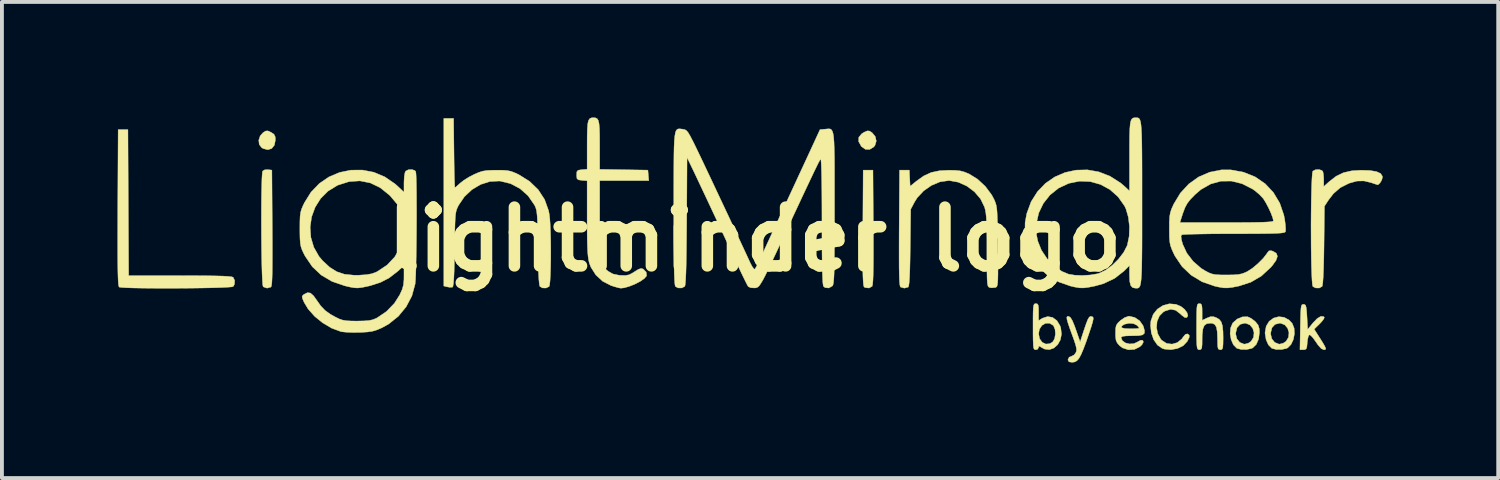
<source format=kicad_pcb>
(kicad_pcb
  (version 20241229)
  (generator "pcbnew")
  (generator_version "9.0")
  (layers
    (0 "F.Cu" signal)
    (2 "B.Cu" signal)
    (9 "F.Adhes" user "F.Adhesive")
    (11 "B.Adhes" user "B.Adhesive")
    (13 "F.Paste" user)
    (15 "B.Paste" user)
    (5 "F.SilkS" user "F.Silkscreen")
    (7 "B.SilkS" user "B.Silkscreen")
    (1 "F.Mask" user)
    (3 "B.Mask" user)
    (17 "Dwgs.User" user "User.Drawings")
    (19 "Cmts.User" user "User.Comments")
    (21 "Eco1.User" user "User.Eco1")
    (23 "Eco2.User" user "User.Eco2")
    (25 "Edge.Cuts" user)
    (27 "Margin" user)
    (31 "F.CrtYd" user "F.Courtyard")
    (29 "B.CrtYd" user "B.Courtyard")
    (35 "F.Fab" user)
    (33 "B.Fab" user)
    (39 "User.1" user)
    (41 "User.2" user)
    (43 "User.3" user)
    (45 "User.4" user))
  (footprint "lightminder logo"
    (layer "F.Cu")
    (at 16.545 3.162)
    (property "Reference" "lightminder logo" (at 0 0 0) (layer "F.SilkS") (effects (font (size 1.524 1.524) (thickness 0.3))))
    (attr through_hole)
    (fp_poly (pts (xy 2.978 -2.81) (xy 3.044 -2.767) (xy 3.126 -2.668) (xy 3.152 -2.551) (xy 3.119 -2.439) (xy 3.086 -2.397) (xy 2.979 -2.332) (xy 2.869 -2.336) (xy 2.768 -2.408) (xy 2.76 -2.418) (xy 2.694 -2.54) (xy 2.698 -2.648) (xy 2.774 -2.74) (xy 2.84 -2.781) (xy 2.92 -2.815) (xy 2.978 -2.81)) (stroke (width 0.01) (type solid)) (fill yes) (layer "F.SilkS"))
    (fp_poly (pts (xy -12.562 -2.779) (xy -12.56 -2.778) (xy -12.483 -2.727) (xy -12.451 -2.66) (xy -12.446 -2.581) (xy -12.472 -2.444) (xy -12.542 -2.357) (xy -12.643 -2.325) (xy -12.763 -2.356) (xy -12.803 -2.38) (xy -12.866 -2.463) (xy -12.878 -2.573) (xy -12.841 -2.684) (xy -12.768 -2.767) (xy -12.699 -2.811) (xy -12.642 -2.815) (xy -12.562 -2.779)) (stroke (width 0.01) (type solid)) (fill yes) (layer "F.SilkS"))
    (fp_poly (pts (xy 3.076 -0.313) (xy 3.078 0.093) (xy 3.078 0.431) (xy 3.076 0.703) (xy 3.072 0.914) (xy 3.066 1.067) (xy 3.057 1.167) (xy 3.047 1.216) (xy 3.044 1.22) (xy 2.965 1.265) (xy 2.867 1.254) (xy 2.839 1.24) (xy 2.827 1.218) (xy 2.818 1.163) (xy 2.811 1.072) (xy 2.805 0.937) (xy 2.802 0.754) (xy 2.8 0.517) (xy 2.8 0.221) (xy 2.802 -0.141) (xy 2.803 -0.293) (xy 2.812 -1.796) (xy 3.066 -1.796) (xy 3.076 -0.313)) (stroke (width 0.01) (type solid)) (fill yes) (layer "F.SilkS"))
    (fp_poly (pts (xy -12.537 -1.796) (xy -12.527 -0.293) (xy -12.525 0.094) (xy -12.525 0.414) (xy -12.526 0.673) (xy -12.528 0.875) (xy -12.533 1.027) (xy -12.539 1.134) (xy -12.548 1.201) (xy -12.559 1.235) (xy -12.564 1.24) (xy -12.662 1.268) (xy -12.753 1.237) (xy -12.765 1.226) (xy -12.775 1.182) (xy -12.783 1.074) (xy -12.791 0.912) (xy -12.797 0.706) (xy -12.802 0.466) (xy -12.806 0.2) (xy -12.809 -0.081) (xy -12.81 -0.369) (xy -12.81 -0.654) (xy -12.809 -0.926) (xy -12.806 -1.176) (xy -12.801 -1.394) (xy -12.796 -1.571) (xy -12.788 -1.698) (xy -12.78 -1.765) (xy -12.777 -1.772) (xy -12.721 -1.804) (xy -12.642 -1.808) (xy -12.537 -1.796)) (stroke (width 0.01) (type solid)) (fill yes) (layer "F.SilkS"))
    (fp_poly (pts (xy 13.739 2.025) (xy 13.87 2.097) (xy 13.95 2.185) (xy 13.999 2.307) (xy 14.007 2.452) (xy 13.979 2.601) (xy 13.919 2.729) (xy 13.833 2.817) (xy 13.803 2.832) (xy 13.672 2.861) (xy 13.534 2.86) (xy 13.424 2.831) (xy 13.417 2.827) (xy 13.331 2.74) (xy 13.271 2.605) (xy 13.247 2.457) (xy 13.389 2.457) (xy 13.419 2.582) (xy 13.495 2.676) (xy 13.603 2.72) (xy 13.625 2.721) (xy 13.719 2.696) (xy 13.789 2.649) (xy 13.853 2.543) (xy 13.865 2.423) (xy 13.831 2.31) (xy 13.758 2.222) (xy 13.652 2.179) (xy 13.625 2.177) (xy 13.504 2.208) (xy 13.423 2.295) (xy 13.39 2.432) (xy 13.389 2.457) (xy 13.247 2.457) (xy 13.245 2.442) (xy 13.244 2.418) (xy 13.274 2.254) (xy 13.352 2.128) (xy 13.465 2.045) (xy 13.599 2.009) (xy 13.739 2.025)) (stroke (width 0.01) (type solid)) (fill yes) (layer "F.SilkS"))
    (fp_poly (pts (xy -16.255 0.943) (xy -14.92 0.943) (xy -14.546 0.944) (xy -14.238 0.946) (xy -13.994 0.95) (xy -13.807 0.955) (xy -13.674 0.963) (xy -13.588 0.972) (xy -13.546 0.984) (xy -13.542 0.987) (xy -13.503 1.07) (xy -13.509 1.168) (xy -13.542 1.226) (xy -13.587 1.236) (xy -13.694 1.244) (xy -13.855 1.252) (xy -14.061 1.258) (xy -14.3 1.263) (xy -14.565 1.267) (xy -14.845 1.27) (xy -15.131 1.271) (xy -15.413 1.271) (xy -15.683 1.27) (xy -15.929 1.267) (xy -16.143 1.263) (xy -16.316 1.257) (xy -16.437 1.25) (xy -16.498 1.241) (xy -16.501 1.24) (xy -16.511 1.219) (xy -16.52 1.168) (xy -16.527 1.081) (xy -16.532 0.955) (xy -16.536 0.783) (xy -16.539 0.562) (xy -16.54 0.287) (xy -16.54 -0.048) (xy -16.539 -0.446) (xy -16.538 -0.819) (xy -16.528 -2.848) (xy -16.274 -2.848) (xy -16.255 0.943)) (stroke (width 0.01) (type solid)) (fill yes) (layer "F.SilkS"))
    (fp_poly (pts (xy 12.795 2.012) (xy 12.884 2.053) (xy 12.979 2.125) (xy 12.995 2.14) (xy 13.065 2.226) (xy 13.094 2.322) (xy 13.099 2.412) (xy 13.077 2.588) (xy 13.016 2.729) (xy 12.924 2.819) (xy 12.895 2.832) (xy 12.765 2.861) (xy 12.627 2.86) (xy 12.517 2.831) (xy 12.509 2.827) (xy 12.422 2.738) (xy 12.364 2.605) (xy 12.339 2.457) (xy 12.482 2.457) (xy 12.512 2.582) (xy 12.588 2.676) (xy 12.696 2.72) (xy 12.718 2.721) (xy 12.812 2.696) (xy 12.881 2.649) (xy 12.946 2.543) (xy 12.958 2.423) (xy 12.924 2.31) (xy 12.85 2.222) (xy 12.745 2.179) (xy 12.718 2.177) (xy 12.597 2.208) (xy 12.516 2.295) (xy 12.483 2.432) (xy 12.482 2.457) (xy 12.339 2.457) (xy 12.338 2.452) (xy 12.35 2.301) (xy 12.402 2.178) (xy 12.408 2.169) (xy 12.52 2.07) (xy 12.656 2.014) (xy 12.788 2.01) (xy 12.795 2.012)) (stroke (width 0.01) (type solid)) (fill yes) (layer "F.SilkS"))
    (fp_poly (pts (xy 8.753 2.005) (xy 8.759 2.007) (xy 8.781 2.026) (xy 8.785 2.067) (xy 8.77 2.143) (xy 8.734 2.265) (xy 8.688 2.402) (xy 8.6 2.659) (xy 8.527 2.854) (xy 8.466 2.996) (xy 8.412 3.093) (xy 8.36 3.152) (xy 8.305 3.183) (xy 8.243 3.193) (xy 8.231 3.193) (xy 8.154 3.18) (xy 8.128 3.133) (xy 8.128 3.123) (xy 8.159 3.06) (xy 8.209 3.041) (xy 8.286 3.002) (xy 8.332 2.943) (xy 8.349 2.894) (xy 8.348 2.831) (xy 8.327 2.74) (xy 8.283 2.607) (xy 8.247 2.508) (xy 8.174 2.308) (xy 8.127 2.167) (xy 8.102 2.075) (xy 8.098 2.023) (xy 8.114 2.001) (xy 8.147 2.001) (xy 8.15 2.001) (xy 8.193 2.031) (xy 8.241 2.109) (xy 8.297 2.244) (xy 8.331 2.339) (xy 8.444 2.664) (xy 8.544 2.357) (xy 8.601 2.19) (xy 8.644 2.081) (xy 8.679 2.022) (xy 8.713 2) (xy 8.753 2.005)) (stroke (width 0.01) (type solid)) (fill yes) (layer "F.SilkS"))
    (fp_poly (pts (xy 10.931 1.688) (xy 11.059 1.742) (xy 11.155 1.818) (xy 11.219 1.904) (xy 11.241 1.98) (xy 11.214 2.031) (xy 11.156 2.028) (xy 11.072 1.962) (xy 11.048 1.938) (xy 10.924 1.842) (xy 10.795 1.816) (xy 10.652 1.86) (xy 10.606 1.885) (xy 10.503 1.988) (xy 10.442 2.129) (xy 10.427 2.291) (xy 10.458 2.451) (xy 10.536 2.592) (xy 10.562 2.621) (xy 10.688 2.702) (xy 10.83 2.721) (xy 10.968 2.681) (xy 11.084 2.586) (xy 11.117 2.538) (xy 11.178 2.466) (xy 11.232 2.455) (xy 11.276 2.488) (xy 11.275 2.546) (xy 11.228 2.644) (xy 11.223 2.652) (xy 11.12 2.761) (xy 10.972 2.834) (xy 10.802 2.866) (xy 10.632 2.85) (xy 10.574 2.831) (xy 10.451 2.745) (xy 10.354 2.606) (xy 10.292 2.431) (xy 10.271 2.237) (xy 10.28 2.12) (xy 10.341 1.948) (xy 10.45 1.812) (xy 10.595 1.718) (xy 10.76 1.674) (xy 10.931 1.688)) (stroke (width 0.01) (type solid)) (fill yes) (layer "F.SilkS"))
    (fp_poly (pts (xy 14.277 1.694) (xy 14.3 1.722) (xy 14.315 1.786) (xy 14.326 1.9) (xy 14.333 2.013) (xy 14.351 2.339) (xy 14.491 2.167) (xy 14.598 2.057) (xy 14.69 2.001) (xy 14.759 2.003) (xy 14.783 2.026) (xy 14.769 2.066) (xy 14.715 2.137) (xy 14.66 2.195) (xy 14.519 2.333) (xy 14.638 2.519) (xy 14.733 2.669) (xy 14.791 2.768) (xy 14.818 2.827) (xy 14.816 2.856) (xy 14.789 2.866) (xy 14.769 2.867) (xy 14.701 2.835) (xy 14.616 2.739) (xy 14.566 2.665) (xy 14.494 2.564) (xy 14.432 2.497) (xy 14.394 2.477) (xy 14.368 2.518) (xy 14.347 2.609) (xy 14.34 2.679) (xy 14.33 2.789) (xy 14.312 2.845) (xy 14.275 2.865) (xy 14.239 2.867) (xy 14.15 2.867) (xy 14.16 2.277) (xy 14.164 2.058) (xy 14.169 1.901) (xy 14.176 1.796) (xy 14.186 1.732) (xy 14.202 1.7) (xy 14.224 1.689) (xy 14.242 1.687) (xy 14.277 1.694)) (stroke (width 0.01) (type solid)) (fill yes) (layer "F.SilkS"))
    (fp_poly (pts (xy 11.579 1.677) (xy 11.601 1.712) (xy 11.61 1.791) (xy 11.611 1.886) (xy 11.611 2.103) (xy 11.736 2.044) (xy 11.832 2.007) (xy 11.91 2.01) (xy 11.975 2.032) (xy 12.053 2.077) (xy 12.106 2.144) (xy 12.138 2.245) (xy 12.153 2.395) (xy 12.156 2.561) (xy 12.154 2.71) (xy 12.148 2.801) (xy 12.133 2.848) (xy 12.107 2.865) (xy 12.083 2.867) (xy 12.046 2.86) (xy 12.024 2.831) (xy 12.014 2.764) (xy 12.011 2.645) (xy 12.011 2.592) (xy 12.004 2.407) (xy 11.983 2.284) (xy 11.941 2.212) (xy 11.876 2.181) (xy 11.83 2.177) (xy 11.732 2.19) (xy 11.667 2.237) (xy 11.63 2.328) (xy 11.613 2.475) (xy 11.611 2.579) (xy 11.61 2.723) (xy 11.603 2.809) (xy 11.586 2.851) (xy 11.557 2.866) (xy 11.539 2.867) (xy 11.512 2.863) (xy 11.493 2.846) (xy 11.48 2.806) (xy 11.472 2.731) (xy 11.468 2.612) (xy 11.466 2.439) (xy 11.466 2.268) (xy 11.467 2.047) (xy 11.469 1.888) (xy 11.474 1.782) (xy 11.483 1.717) (xy 11.497 1.683) (xy 11.518 1.671) (xy 11.539 1.669) (xy 11.579 1.677)) (stroke (width 0.01) (type solid)) (fill yes) (layer "F.SilkS"))
    (fp_poly (pts (xy 7.334 1.677) (xy 7.356 1.712) (xy 7.365 1.79) (xy 7.366 1.889) (xy 7.366 2.109) (xy 7.47 2.047) (xy 7.602 2.005) (xy 7.73 2.029) (xy 7.841 2.111) (xy 7.922 2.244) (xy 7.941 2.3) (xy 7.96 2.464) (xy 7.93 2.612) (xy 7.861 2.735) (xy 7.764 2.822) (xy 7.647 2.864) (xy 7.522 2.85) (xy 7.447 2.81) (xy 7.388 2.774) (xy 7.368 2.782) (xy 7.366 2.81) (xy 7.336 2.857) (xy 7.293 2.867) (xy 7.267 2.863) (xy 7.247 2.846) (xy 7.234 2.806) (xy 7.227 2.731) (xy 7.223 2.612) (xy 7.221 2.449) (xy 7.366 2.449) (xy 7.392 2.581) (xy 7.46 2.674) (xy 7.554 2.719) (xy 7.66 2.709) (xy 7.735 2.661) (xy 7.782 2.578) (xy 7.802 2.459) (xy 7.792 2.337) (xy 7.753 2.244) (xy 7.744 2.234) (xy 7.646 2.177) (xy 7.544 2.181) (xy 7.452 2.235) (xy 7.388 2.333) (xy 7.366 2.449) (xy 7.221 2.449) (xy 7.221 2.439) (xy 7.221 2.268) (xy 7.221 2.047) (xy 7.223 1.888) (xy 7.228 1.782) (xy 7.237 1.717) (xy 7.252 1.683) (xy 7.273 1.671) (xy 7.293 1.669) (xy 7.334 1.677)) (stroke (width 0.01) (type solid)) (fill yes) (layer "F.SilkS"))
    (fp_poly (pts (xy 9.861 2.029) (xy 9.99 2.117) (xy 10.077 2.241) (xy 10.087 2.267) (xy 10.116 2.373) (xy 10.111 2.442) (xy 10.063 2.482) (xy 9.962 2.5) (xy 9.799 2.504) (xy 9.798 2.504) (xy 9.645 2.507) (xy 9.553 2.518) (xy 9.512 2.538) (xy 9.507 2.553) (xy 9.539 2.632) (xy 9.619 2.689) (xy 9.727 2.716) (xy 9.84 2.708) (xy 9.926 2.668) (xy 10.017 2.619) (xy 10.072 2.624) (xy 10.085 2.668) (xy 10.049 2.737) (xy 9.992 2.791) (xy 9.852 2.859) (xy 9.696 2.868) (xy 9.548 2.82) (xy 9.468 2.761) (xy 9.407 2.69) (xy 9.375 2.619) (xy 9.363 2.518) (xy 9.362 2.438) (xy 9.365 2.312) (xy 9.376 2.261) (xy 9.515 2.261) (xy 9.523 2.295) (xy 9.6 2.316) (xy 9.743 2.322) (xy 9.863 2.32) (xy 9.948 2.314) (xy 9.979 2.307) (xy 9.956 2.272) (xy 9.922 2.234) (xy 9.834 2.19) (xy 9.714 2.179) (xy 9.597 2.205) (xy 9.577 2.215) (xy 9.515 2.261) (xy 9.376 2.261) (xy 9.383 2.232) (xy 9.425 2.17) (xy 9.49 2.108) (xy 9.601 2.032) (xy 9.703 1.997) (xy 9.717 1.996) (xy 9.861 2.029)) (stroke (width 0.01) (type solid)) (fill yes) (layer "F.SilkS"))
    (fp_poly (pts (xy 14.722 -1.786) (xy 14.746 -1.757) (xy 14.76 -1.687) (xy 14.768 -1.578) (xy 14.768 -1.535) (xy 14.768 -1.37) (xy 14.91 -1.498) (xy 15.092 -1.639) (xy 15.282 -1.73) (xy 15.499 -1.779) (xy 15.73 -1.793) (xy 15.968 -1.786) (xy 16.139 -1.757) (xy 16.246 -1.707) (xy 16.29 -1.635) (xy 16.292 -1.613) (xy 16.274 -1.54) (xy 16.23 -1.465) (xy 16.181 -1.419) (xy 16.167 -1.415) (xy 16.13 -1.426) (xy 16.047 -1.454) (xy 16.002 -1.47) (xy 15.811 -1.516) (xy 15.629 -1.512) (xy 15.426 -1.455) (xy 15.414 -1.45) (xy 15.195 -1.339) (xy 15.017 -1.184) (xy 14.891 -1.019) (xy 14.786 -0.858) (xy 14.775 0.159) (xy 14.77 0.491) (xy 14.763 0.765) (xy 14.754 0.979) (xy 14.743 1.128) (xy 14.731 1.21) (xy 14.725 1.224) (xy 14.652 1.264) (xy 14.557 1.263) (xy 14.485 1.226) (xy 14.474 1.179) (xy 14.464 1.069) (xy 14.456 0.906) (xy 14.449 0.698) (xy 14.444 0.456) (xy 14.44 0.189) (xy 14.439 -0.093) (xy 14.438 -0.381) (xy 14.44 -0.666) (xy 14.443 -0.938) (xy 14.448 -1.187) (xy 14.454 -1.403) (xy 14.462 -1.579) (xy 14.471 -1.702) (xy 14.482 -1.766) (xy 14.485 -1.771) (xy 14.557 -1.807) (xy 14.647 -1.811) (xy 14.722 -1.786)) (stroke (width 0.01) (type solid)) (fill yes) (layer "F.SilkS"))
    (fp_poly (pts (xy -4.135 -3.152) (xy -4.093 -3.131) (xy -4.064 -3.084) (xy -4.045 -3.003) (xy -4.034 -2.878) (xy -4.029 -2.699) (xy -4.028 -2.458) (xy -4.028 -2.443) (xy -4.028 -1.816) (xy -3.402 -1.806) (xy -2.776 -1.796) (xy -2.765 -1.66) (xy -2.753 -1.524) (xy -4.028 -1.524) (xy -4.028 -0.504) (xy -4.027 -0.183) (xy -4.025 0.074) (xy -4.019 0.276) (xy -4.008 0.432) (xy -3.992 0.549) (xy -3.967 0.637) (xy -3.933 0.703) (xy -3.889 0.758) (xy -3.832 0.809) (xy -3.803 0.833) (xy -3.685 0.899) (xy -3.532 0.932) (xy -3.487 0.936) (xy -3.357 0.939) (xy -3.262 0.92) (xy -3.165 0.869) (xy -3.123 0.841) (xy -3.022 0.779) (xy -2.955 0.757) (xy -2.903 0.77) (xy -2.897 0.774) (xy -2.821 0.851) (xy -2.809 0.939) (xy -2.814 0.953) (xy -2.868 1.017) (xy -2.973 1.09) (xy -3.109 1.161) (xy -3.255 1.22) (xy -3.391 1.259) (xy -3.48 1.269) (xy -3.545 1.257) (xy -3.651 1.227) (xy -3.737 1.199) (xy -3.951 1.089) (xy -4.129 0.924) (xy -4.258 0.72) (xy -4.297 0.616) (xy -4.315 0.54) (xy -4.329 0.446) (xy -4.34 0.323) (xy -4.347 0.162) (xy -4.352 -0.046) (xy -4.354 -0.309) (xy -4.354 -0.549) (xy -4.354 -1.52) (xy -4.49 -1.531) (xy -4.58 -1.544) (xy -4.618 -1.576) (xy -4.626 -1.65) (xy -4.626 -1.669) (xy -4.621 -1.753) (xy -4.59 -1.791) (xy -4.511 -1.806) (xy -4.49 -1.807) (xy -4.354 -1.819) (xy -4.354 -2.444) (xy -4.353 -2.689) (xy -4.348 -2.871) (xy -4.338 -2.998) (xy -4.319 -3.081) (xy -4.29 -3.129) (xy -4.249 -3.151) (xy -4.194 -3.157) (xy -4.191 -3.157) (xy -4.135 -3.152)) (stroke (width 0.01) (type solid)) (fill yes) (layer "F.SilkS"))
    (fp_poly (pts (xy -7.81 -2.241) (xy -7.807 -1.994) (xy -7.803 -1.773) (xy -7.799 -1.588) (xy -7.794 -1.448) (xy -7.79 -1.364) (xy -7.786 -1.343) (xy -7.754 -1.365) (xy -7.689 -1.422) (xy -7.651 -1.457) (xy -7.553 -1.533) (xy -7.419 -1.617) (xy -7.293 -1.682) (xy -7.17 -1.736) (xy -7.065 -1.769) (xy -6.951 -1.787) (xy -6.803 -1.793) (xy -6.712 -1.794) (xy -6.543 -1.793) (xy -6.421 -1.784) (xy -6.322 -1.762) (xy -6.22 -1.722) (xy -6.13 -1.68) (xy -5.849 -1.505) (xy -5.624 -1.288) (xy -5.458 -1.033) (xy -5.354 -0.743) (xy -5.336 -0.648) (xy -5.322 -0.528) (xy -5.312 -0.363) (xy -5.304 -0.162) (xy -5.299 0.06) (xy -5.297 0.293) (xy -5.298 0.523) (xy -5.302 0.74) (xy -5.308 0.931) (xy -5.317 1.084) (xy -5.329 1.187) (xy -5.341 1.226) (xy -5.421 1.265) (xy -5.515 1.262) (xy -5.581 1.224) (xy -5.594 1.172) (xy -5.606 1.051) (xy -5.616 0.867) (xy -5.624 0.622) (xy -5.63 0.322) (xy -5.631 0.217) (xy -5.635 -0.074) (xy -5.639 -0.302) (xy -5.644 -0.476) (xy -5.651 -0.606) (xy -5.661 -0.702) (xy -5.674 -0.772) (xy -5.691 -0.827) (xy -5.713 -0.875) (xy -5.721 -0.89) (xy -5.886 -1.129) (xy -6.096 -1.316) (xy -6.34 -1.445) (xy -6.61 -1.511) (xy -6.636 -1.513) (xy -6.881 -1.5) (xy -7.122 -1.422) (xy -7.346 -1.288) (xy -7.54 -1.106) (xy -7.687 -0.89) (xy -7.716 -0.834) (xy -7.738 -0.782) (xy -7.755 -0.725) (xy -7.768 -0.652) (xy -7.777 -0.554) (xy -7.783 -0.422) (xy -7.788 -0.245) (xy -7.792 -0.015) (xy -7.795 0.26) (xy -7.8 0.577) (xy -7.806 0.827) (xy -7.814 1.013) (xy -7.824 1.142) (xy -7.836 1.217) (xy -7.849 1.243) (xy -7.915 1.246) (xy -7.983 1.235) (xy -8.074 1.212) (xy -8.074 -3.139) (xy -7.82 -3.139) (xy -7.81 -2.241)) (stroke (width 0.01) (type solid)) (fill yes) (layer "F.SilkS"))
    (fp_poly (pts (xy 4.02 -1.587) (xy 4.031 -1.377) (xy 4.185 -1.503) (xy 4.383 -1.645) (xy 4.579 -1.735) (xy 4.797 -1.781) (xy 5.026 -1.793) (xy 5.2 -1.79) (xy 5.328 -1.777) (xy 5.437 -1.748) (xy 5.554 -1.7) (xy 5.56 -1.698) (xy 5.78 -1.562) (xy 5.983 -1.374) (xy 6.146 -1.155) (xy 6.202 -1.052) (xy 6.229 -0.993) (xy 6.25 -0.937) (xy 6.267 -0.877) (xy 6.279 -0.801) (xy 6.288 -0.702) (xy 6.294 -0.57) (xy 6.299 -0.394) (xy 6.302 -0.167) (xy 6.306 0.121) (xy 6.306 0.188) (xy 6.309 0.489) (xy 6.311 0.726) (xy 6.311 0.907) (xy 6.308 1.039) (xy 6.303 1.13) (xy 6.294 1.189) (xy 6.282 1.224) (xy 6.266 1.241) (xy 6.245 1.251) (xy 6.243 1.251) (xy 6.146 1.26) (xy 6.096 1.252) (xy 6.074 1.242) (xy 6.057 1.223) (xy 6.044 1.186) (xy 6.035 1.123) (xy 6.029 1.026) (xy 6.026 0.885) (xy 6.024 0.693) (xy 6.023 0.441) (xy 6.023 0.292) (xy 6.023 -0.007) (xy 6.02 -0.244) (xy 6.016 -0.428) (xy 6.008 -0.569) (xy 5.997 -0.677) (xy 5.982 -0.763) (xy 5.962 -0.836) (xy 5.961 -0.839) (xy 5.859 -1.049) (xy 5.701 -1.234) (xy 5.503 -1.382) (xy 5.282 -1.482) (xy 5.052 -1.524) (xy 5.028 -1.524) (xy 4.804 -1.491) (xy 4.583 -1.398) (xy 4.38 -1.256) (xy 4.214 -1.078) (xy 4.145 -0.967) (xy 4.046 -0.78) (xy 4.034 0.217) (xy 4.029 0.544) (xy 4.023 0.802) (xy 4.015 0.997) (xy 4.005 1.133) (xy 3.993 1.213) (xy 3.98 1.242) (xy 3.879 1.268) (xy 3.782 1.24) (xy 3.771 1.218) (xy 3.761 1.163) (xy 3.754 1.072) (xy 3.749 0.937) (xy 3.745 0.754) (xy 3.744 0.517) (xy 3.744 0.221) (xy 3.745 -0.141) (xy 3.746 -0.293) (xy 3.756 -1.796) (xy 4.01 -1.796) (xy 4.02 -1.587)) (stroke (width 0.01) (type solid)) (fill yes) (layer "F.SilkS"))
    (fp_poly (pts (xy 9.921 -3.156) (xy 9.95 -3.151) (xy 9.974 -3.137) (xy 9.994 -3.106) (xy 10.01 -3.056) (xy 10.023 -2.979) (xy 10.033 -2.871) (xy 10.04 -2.726) (xy 10.045 -2.54) (xy 10.048 -2.306) (xy 10.05 -2.019) (xy 10.051 -1.674) (xy 10.051 -1.265) (xy 10.051 -0.943) (xy 10.051 -0.488) (xy 10.051 -0.1) (xy 10.05 0.227) (xy 10.047 0.497) (xy 10.044 0.716) (xy 10.038 0.889) (xy 10.03 1.021) (xy 10.019 1.119) (xy 10.006 1.187) (xy 9.988 1.231) (xy 9.967 1.256) (xy 9.942 1.267) (xy 9.912 1.27) (xy 9.888 1.27) (xy 9.809 1.255) (xy 9.759 1.202) (xy 9.732 1.099) (xy 9.725 0.937) (xy 9.725 0.932) (xy 9.725 0.681) (xy 9.583 0.823) (xy 9.341 1.013) (xy 9.051 1.151) (xy 8.82 1.215) (xy 8.655 1.247) (xy 8.532 1.262) (xy 8.425 1.26) (xy 8.304 1.239) (xy 8.192 1.213) (xy 7.875 1.102) (xy 7.6 0.937) (xy 7.372 0.725) (xy 7.195 0.473) (xy 7.073 0.191) (xy 7.012 -0.116) (xy 7.015 -0.409) (xy 7.308 -0.409) (xy 7.311 -0.122) (xy 7.345 0.048) (xy 7.439 0.282) (xy 7.584 0.5) (xy 7.765 0.688) (xy 7.969 0.832) (xy 8.141 0.904) (xy 8.301 0.931) (xy 8.5 0.939) (xy 8.706 0.926) (xy 8.891 0.895) (xy 8.927 0.885) (xy 9.097 0.806) (xy 9.274 0.677) (xy 9.439 0.515) (xy 9.575 0.337) (xy 9.665 0.162) (xy 9.669 0.15) (xy 9.716 -0.076) (xy 9.725 -0.325) (xy 9.696 -0.573) (xy 9.632 -0.792) (xy 9.598 -0.864) (xy 9.43 -1.102) (xy 9.219 -1.29) (xy 8.975 -1.423) (xy 8.708 -1.498) (xy 8.431 -1.509) (xy 8.152 -1.453) (xy 8.151 -1.453) (xy 7.885 -1.329) (xy 7.663 -1.152) (xy 7.49 -0.934) (xy 7.369 -0.683) (xy 7.308 -0.409) (xy 7.015 -0.409) (xy 7.016 -0.44) (xy 7.059 -0.671) (xy 7.172 -0.977) (xy 7.337 -1.238) (xy 7.544 -1.453) (xy 7.785 -1.619) (xy 8.052 -1.734) (xy 8.337 -1.796) (xy 8.632 -1.803) (xy 8.928 -1.751) (xy 9.217 -1.639) (xy 9.491 -1.465) (xy 9.607 -1.366) (xy 9.725 -1.256) (xy 9.725 -2.163) (xy 9.725 -2.457) (xy 9.727 -2.687) (xy 9.733 -2.86) (xy 9.743 -2.984) (xy 9.759 -3.068) (xy 9.782 -3.119) (xy 9.813 -3.146) (xy 9.854 -3.156) (xy 9.888 -3.157) (xy 9.921 -3.156)) (stroke (width 0.01) (type solid)) (fill yes) (layer "F.SilkS"))
    (fp_poly (pts (xy 12.687 -1.742) (xy 12.987 -1.621) (xy 13.247 -1.443) (xy 13.461 -1.215) (xy 13.625 -0.942) (xy 13.732 -0.629) (xy 13.755 -0.509) (xy 13.772 -0.374) (xy 13.779 -0.263) (xy 13.775 -0.199) (xy 13.775 -0.198) (xy 13.76 -0.184) (xy 13.724 -0.172) (xy 13.659 -0.163) (xy 13.56 -0.156) (xy 13.418 -0.151) (xy 13.229 -0.148) (xy 12.985 -0.146) (xy 12.679 -0.145) (xy 12.438 -0.145) (xy 12.135 -0.144) (xy 11.854 -0.142) (xy 11.604 -0.138) (xy 11.393 -0.134) (xy 11.23 -0.129) (xy 11.123 -0.123) (xy 11.08 -0.117) (xy 11.063 -0.078) (xy 11.073 0.006) (xy 11.106 0.127) (xy 11.213 0.358) (xy 11.377 0.572) (xy 11.584 0.752) (xy 11.689 0.817) (xy 11.785 0.868) (xy 11.869 0.899) (xy 11.963 0.917) (xy 12.088 0.924) (xy 12.246 0.925) (xy 12.424 0.923) (xy 12.552 0.913) (xy 12.649 0.893) (xy 12.739 0.858) (xy 12.784 0.836) (xy 12.916 0.751) (xy 13.06 0.63) (xy 13.194 0.496) (xy 13.292 0.37) (xy 13.307 0.345) (xy 13.348 0.298) (xy 13.407 0.297) (xy 13.45 0.31) (xy 13.538 0.363) (xy 13.565 0.441) (xy 13.53 0.546) (xy 13.432 0.683) (xy 13.395 0.726) (xy 13.149 0.953) (xy 12.874 1.114) (xy 12.564 1.214) (xy 12.562 1.214) (xy 12.395 1.247) (xy 12.272 1.262) (xy 12.165 1.26) (xy 12.046 1.24) (xy 11.93 1.214) (xy 11.607 1.101) (xy 11.326 0.931) (xy 11.09 0.707) (xy 10.906 0.435) (xy 10.875 0.372) (xy 10.823 0.257) (xy 10.789 0.163) (xy 10.77 0.066) (xy 10.761 -0.056) (xy 10.759 -0.222) (xy 10.759 -0.272) (xy 10.76 -0.435) (xy 11.034 -0.435) (xy 12.248 -0.435) (xy 12.592 -0.436) (xy 12.868 -0.438) (xy 13.084 -0.441) (xy 13.245 -0.446) (xy 13.357 -0.453) (xy 13.426 -0.462) (xy 13.458 -0.474) (xy 13.461 -0.481) (xy 13.443 -0.56) (xy 13.398 -0.679) (xy 13.336 -0.815) (xy 13.267 -0.946) (xy 13.203 -1.05) (xy 13.194 -1.062) (xy 13.102 -1.16) (xy 12.983 -1.261) (xy 12.921 -1.304) (xy 12.646 -1.444) (xy 12.369 -1.512) (xy 12.096 -1.509) (xy 11.832 -1.436) (xy 11.581 -1.293) (xy 11.427 -1.161) (xy 11.308 -1.039) (xy 11.225 -0.933) (xy 11.164 -0.819) (xy 11.109 -0.672) (xy 11.083 -0.59) (xy 11.034 -0.435) (xy 10.76 -0.435) (xy 10.76 -0.453) (xy 10.767 -0.584) (xy 10.784 -0.684) (xy 10.813 -0.778) (xy 10.86 -0.885) (xy 10.874 -0.915) (xy 11.046 -1.2) (xy 11.264 -1.436) (xy 11.52 -1.619) (xy 11.806 -1.742) (xy 12.113 -1.803) (xy 12.353 -1.803) (xy 12.687 -1.742)) (stroke (width 0.01) (type solid)) (fill yes) (layer "F.SilkS"))
    (fp_poly (pts (xy -8.827 -1.786) (xy -8.803 -1.757) (xy -8.796 -1.702) (xy -8.79 -1.584) (xy -8.786 -1.413) (xy -8.783 -1.199) (xy -8.782 -0.952) (xy -8.781 -0.682) (xy -8.782 -0.398) (xy -8.784 -0.11) (xy -8.787 0.171) (xy -8.791 0.437) (xy -8.796 0.677) (xy -8.802 0.881) (xy -8.809 1.039) (xy -8.817 1.142) (xy -8.819 1.161) (xy -8.903 1.469) (xy -9.051 1.751) (xy -9.254 1.998) (xy -9.505 2.199) (xy -9.68 2.296) (xy -9.808 2.351) (xy -9.923 2.386) (xy -10.051 2.405) (xy -10.219 2.416) (xy -10.265 2.417) (xy -10.434 2.419) (xy -10.592 2.413) (xy -10.714 2.401) (xy -10.75 2.394) (xy -10.985 2.307) (xy -11.216 2.171) (xy -11.426 2.001) (xy -11.596 1.81) (xy -11.701 1.636) (xy -11.742 1.54) (xy -11.753 1.487) (xy -11.733 1.453) (xy -11.703 1.429) (xy -11.615 1.385) (xy -11.537 1.395) (xy -11.457 1.465) (xy -11.382 1.569) (xy -11.269 1.729) (xy -11.157 1.846) (xy -11.021 1.944) (xy -10.886 2.019) (xy -10.786 2.068) (xy -10.697 2.098) (xy -10.598 2.114) (xy -10.466 2.121) (xy -10.323 2.122) (xy -10.143 2.118) (xy -10.015 2.108) (xy -9.919 2.087) (xy -9.832 2.052) (xy -9.803 2.037) (xy -9.563 1.874) (xy -9.357 1.661) (xy -9.218 1.442) (xy -9.156 1.305) (xy -9.122 1.186) (xy -9.109 1.048) (xy -9.108 0.952) (xy -9.108 0.683) (xy -9.283 0.84) (xy -9.493 1.002) (xy -9.719 1.119) (xy -9.987 1.205) (xy -10.065 1.223) (xy -10.203 1.251) (xy -10.305 1.263) (xy -10.4 1.259) (xy -10.515 1.238) (xy -10.646 1.207) (xy -10.976 1.094) (xy -11.256 0.929) (xy -11.488 0.711) (xy -11.674 0.437) (xy -11.712 0.364) (xy -11.755 0.272) (xy -11.783 0.189) (xy -11.8 0.096) (xy -11.808 -0.025) (xy -11.811 -0.193) (xy -11.811 -0.272) (xy -11.811 -0.318) (xy -11.544 -0.318) (xy -11.526 -0.052) (xy -11.45 0.205) (xy -11.315 0.444) (xy -11.219 0.557) (xy -11.035 0.727) (xy -10.853 0.841) (xy -10.654 0.907) (xy -10.418 0.931) (xy -10.269 0.931) (xy -10.08 0.918) (xy -9.94 0.893) (xy -9.824 0.849) (xy -9.803 0.838) (xy -9.546 0.668) (xy -9.346 0.455) (xy -9.206 0.202) (xy -9.129 -0.085) (xy -9.116 -0.213) (xy -9.122 -0.478) (xy -9.176 -0.705) (xy -9.286 -0.913) (xy -9.458 -1.118) (xy -9.486 -1.147) (xy -9.726 -1.34) (xy -9.983 -1.464) (xy -10.252 -1.517) (xy -10.532 -1.498) (xy -10.817 -1.408) (xy -10.838 -1.399) (xy -11.078 -1.252) (xy -11.271 -1.06) (xy -11.414 -0.833) (xy -11.506 -0.582) (xy -11.544 -0.318) (xy -11.811 -0.318) (xy -11.81 -0.46) (xy -11.805 -0.594) (xy -11.792 -0.695) (xy -11.768 -0.782) (xy -11.729 -0.874) (xy -11.693 -0.949) (xy -11.521 -1.225) (xy -11.305 -1.449) (xy -11.055 -1.62) (xy -10.779 -1.736) (xy -10.487 -1.796) (xy -10.188 -1.798) (xy -9.891 -1.741) (xy -9.606 -1.621) (xy -9.341 -1.439) (xy -9.284 -1.389) (xy -9.108 -1.224) (xy -9.108 -1.475) (xy -9.101 -1.619) (xy -9.084 -1.725) (xy -9.064 -1.771) (xy -8.992 -1.807) (xy -8.902 -1.811) (xy -8.827 -1.786)) (stroke (width 0.01) (type solid)) (fill yes) (layer "F.SilkS"))
    (fp_poly (pts (xy 1.959 -2.863) (xy 1.988 -2.844) (xy 2.012 -2.806) (xy 2.031 -2.745) (xy 2.045 -2.653) (xy 2.055 -2.526) (xy 2.061 -2.358) (xy 2.066 -2.143) (xy 2.068 -1.877) (xy 2.068 -1.554) (xy 2.068 -1.168) (xy 2.068 -0.815) (xy 2.068 -0.382) (xy 2.067 -0.016) (xy 2.066 0.289) (xy 2.064 0.538) (xy 2.061 0.738) (xy 2.057 0.894) (xy 2.051 1.011) (xy 2.044 1.095) (xy 2.036 1.153) (xy 2.026 1.19) (xy 2.014 1.211) (xy 2.011 1.213) (xy 1.92 1.264) (xy 1.826 1.255) (xy 1.785 1.226) (xy 1.774 1.196) (xy 1.765 1.126) (xy 1.758 1.011) (xy 1.752 0.848) (xy 1.747 0.631) (xy 1.744 0.356) (xy 1.742 0.018) (xy 1.742 -0.387) (xy 1.742 -0.468) (xy 1.741 -0.884) (xy 1.739 -1.242) (xy 1.735 -1.54) (xy 1.73 -1.776) (xy 1.724 -1.947) (xy 1.717 -2.051) (xy 1.708 -2.085) (xy 1.707 -2.084) (xy 1.69 -2.058) (xy 1.657 -1.998) (xy 1.608 -1.899) (xy 1.539 -1.758) (xy 1.45 -1.57) (xy 1.337 -1.332) (xy 1.2 -1.04) (xy 1.036 -0.689) (xy 0.859 -0.309) (xy 0.692 0.051) (xy 0.551 0.352) (xy 0.436 0.597) (xy 0.342 0.793) (xy 0.266 0.946) (xy 0.206 1.061) (xy 0.157 1.143) (xy 0.119 1.199) (xy 0.086 1.233) (xy 0.057 1.251) (xy 0.028 1.259) (xy -0.005 1.263) (xy -0.005 1.263) (xy -0.106 1.257) (xy -0.17 1.228) (xy -0.172 1.226) (xy -0.2 1.179) (xy -0.251 1.077) (xy -0.321 0.935) (xy -0.403 0.763) (xy -0.454 0.653) (xy -0.626 0.284) (xy -0.796 -0.081) (xy -0.961 -0.434) (xy -1.116 -0.766) (xy -1.259 -1.071) (xy -1.386 -1.34) (xy -1.492 -1.565) (xy -1.574 -1.739) (xy -1.619 -1.832) (xy -1.76 -2.123) (xy -1.769 -0.475) (xy -1.773 -0.033) (xy -1.777 0.338) (xy -1.782 0.641) (xy -1.789 0.879) (xy -1.797 1.053) (xy -1.806 1.165) (xy -1.817 1.218) (xy -1.819 1.221) (xy -1.894 1.263) (xy -1.99 1.263) (xy -2.061 1.226) (xy -2.071 1.198) (xy -2.08 1.131) (xy -2.087 1.021) (xy -2.093 0.865) (xy -2.097 0.658) (xy -2.1 0.395) (xy -2.103 0.073) (xy -2.104 -0.313) (xy -2.105 -0.767) (xy -2.105 -0.801) (xy -2.105 -1.242) (xy -2.104 -1.616) (xy -2.103 -1.929) (xy -2.101 -2.185) (xy -2.097 -2.39) (xy -2.09 -2.551) (xy -2.079 -2.671) (xy -2.065 -2.757) (xy -2.047 -2.814) (xy -2.023 -2.848) (xy -1.994 -2.864) (xy -1.959 -2.868) (xy -1.916 -2.864) (xy -1.88 -2.86) (xy -1.824 -2.85) (xy -1.779 -2.826) (xy -1.734 -2.775) (xy -1.681 -2.686) (xy -1.608 -2.545) (xy -1.587 -2.504) (xy -1.539 -2.406) (xy -1.464 -2.251) (xy -1.367 -2.048) (xy -1.253 -1.807) (xy -1.124 -1.535) (xy -0.986 -1.241) (xy -0.842 -0.935) (xy -0.696 -0.626) (xy -0.554 -0.322) (xy -0.418 -0.032) (xy -0.294 0.235) (xy -0.185 0.47) (xy -0.12 0.612) (xy -0.068 0.71) (xy -0.023 0.768) (xy 0.000347 0.775) (xy 0.026 0.732) (xy 0.075 0.636) (xy 0.141 0.499) (xy 0.218 0.335) (xy 0.247 0.272) (xy 0.33 0.092) (xy 0.434 -0.134) (xy 0.553 -0.39) (xy 0.676 -0.656) (xy 0.796 -0.914) (xy 0.818 -0.962) (xy 0.94 -1.224) (xy 1.071 -1.507) (xy 1.201 -1.788) (xy 1.322 -2.048) (xy 1.422 -2.265) (xy 1.432 -2.286) (xy 1.691 -2.848) (xy 1.828 -2.86) (xy 1.879 -2.865) (xy 1.922 -2.868) (xy 1.959 -2.863)) (stroke (width 0.01) (type solid)) (fill yes) (layer "F.SilkS")))
  (gr_rect
    (start -3 -3)
    (end 35.842 9.36)
    (stroke (width 0.1) (type default))
    (fill no)
    (layer "Edge.Cuts")))
</source>
